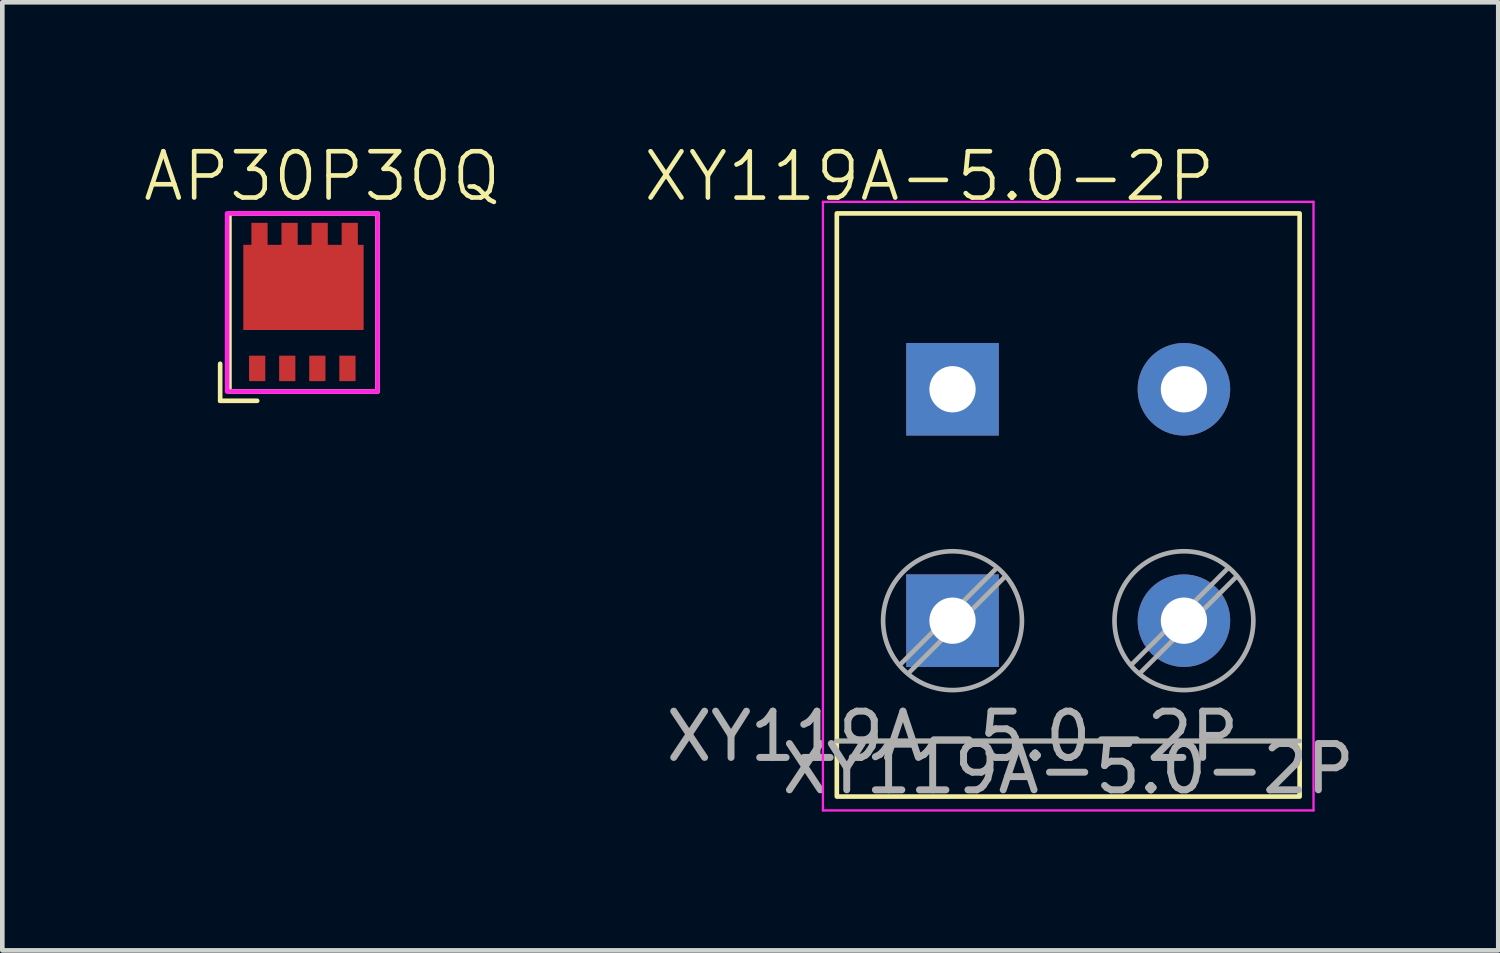
<source format=kicad_pcb>
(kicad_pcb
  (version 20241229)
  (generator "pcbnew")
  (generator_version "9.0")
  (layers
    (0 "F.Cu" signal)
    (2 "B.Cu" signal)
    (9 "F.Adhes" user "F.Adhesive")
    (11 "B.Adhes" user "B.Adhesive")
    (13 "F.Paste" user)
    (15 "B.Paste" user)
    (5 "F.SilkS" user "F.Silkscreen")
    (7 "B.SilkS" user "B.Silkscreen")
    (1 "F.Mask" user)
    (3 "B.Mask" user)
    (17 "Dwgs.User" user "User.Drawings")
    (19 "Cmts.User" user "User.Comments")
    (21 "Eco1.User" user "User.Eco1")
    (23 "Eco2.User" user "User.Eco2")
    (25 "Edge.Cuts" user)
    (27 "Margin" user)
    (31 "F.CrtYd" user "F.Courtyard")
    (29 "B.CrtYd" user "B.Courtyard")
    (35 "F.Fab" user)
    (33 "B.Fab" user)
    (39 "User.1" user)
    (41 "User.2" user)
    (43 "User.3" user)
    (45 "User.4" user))
  (footprint "XY119A-5.0-2P"
    (layer "F.Cu")
    (at 17.531 10.361)
    (property "Reference" "XY119A-5.0-2P" (at -0.5 -9.6 0) (unlocked yes) (layer "F.SilkS") (effects (font (size 1 1) (thickness 0.1))))
    (attr smd)
    (fp_line (start -2.5 2.6) (end 7.5 2.6) (stroke (width 0.1) (type default)) (layer "F.SilkS"))
    (fp_rect (start -2.5 -8.8) (end 7.5 3.8) (stroke (width 0.1) (type default)) (fill no) (layer "F.SilkS"))
    (fp_line (start -2.8 -9.05) (end -2.8 4.1) (stroke (width 0.05) (type solid)) (layer "F.CrtYd"))
    (fp_line (start -2.8 4.1) (end 7.8 4.1) (stroke (width 0.05) (type solid)) (layer "F.CrtYd"))
    (fp_line (start 7.8 -9.05) (end -2.8 -9.05) (stroke (width 0.05) (type solid)) (layer "F.CrtYd"))
    (fp_line (start 7.8 4.1) (end 7.8 -9.05) (stroke (width 0.05) (type solid)) (layer "F.CrtYd"))
    (fp_line (start -2.5 2.6) (end 7.5 2.6) (stroke (width 0.1) (type solid)) (layer "F.Fab"))
    (fp_line (start 0.955 -1.138) (end -1.138 0.955) (stroke (width 0.1) (type solid)) (layer "F.Fab"))
    (fp_line (start 1.138 -0.955) (end -0.955 1.138) (stroke (width 0.1) (type solid)) (layer "F.Fab"))
    (fp_line (start 5.955 -1.138) (end 3.863 0.955) (stroke (width 0.1) (type solid)) (layer "F.Fab"))
    (fp_line (start 6.138 -0.955) (end 4.046 1.138) (stroke (width 0.1) (type solid)) (layer "F.Fab"))
    (fp_circle (center 0.000001 0.000007) (end 1.5 0.000007) (stroke (width 0.1) (type solid)) (fill no) (layer "F.Fab"))
    (fp_circle (center 5 0.000007) (end 6.5 0.000007) (stroke (width 0.1) (type solid)) (fill no) (layer "F.Fab"))
    (fp_text user "${REFERENCE}" (at 2.5 3.2 0) (layer "F.Fab") (effects (font (size 1 1) (thickness 0.15))))
    (fp_text user "${REFERENCE}" (at 0 2.5 0) (unlocked yes) (layer "F.Fab") (effects (font (size 1 1) (thickness 0.15))))
    (pad "1" thru_hole rect (at 0 -5) (size 2 2) (drill 1) (layers "*.Cu" "*.Mask"))
    (pad "1" thru_hole rect (at 0.000001 0.000007) (size 2 2) (drill 1) (layers "*.Cu" "*.Mask"))
    (pad "2" thru_hole circle (at 5 -5) (size 2 2) (drill 1) (layers "*.Cu" "*.Mask"))
    (pad "2" thru_hole circle (at 5 0.000007) (size 2 2) (drill 1) (layers "*.Cu" "*.Mask")))
  (footprint "AP30P30Q"
    (layer "F.Cu")
    (at 2.507 4.66)
    (property "Reference" "AP30P30Q" (at 1.4 -3.9 0) (unlocked yes) (layer "F.SilkS") (effects (font (size 1 1) (thickness 0.1))))
    (attr smd)
    (fp_line (start -0.8 0.15) (end -0.8 0.95) (stroke (width 0.1) (type default)) (layer "F.SilkS"))
    (fp_line (start -0.8 0.95) (end 0 0.95) (stroke (width 0.1) (type default)) (layer "F.SilkS"))
    (fp_rect (start -0.6 -3.1) (end 2.6 0.75) (stroke (width 0.1) (type default)) (fill no) (layer "F.SilkS"))
    (fp_rect (start -0.65 -3.1) (end 2.6 0.75) (stroke (width 0.1) (type default)) (fill no) (layer "F.CrtYd"))
    (pad "1" smd rect (at 0 0.25 90) (size 0.55 0.35) (layers "F.Cu" "F.Mask" "F.Paste"))
    (pad "2" smd rect (at 0.65 0.25 90) (size 0.55 0.35) (layers "F.Cu" "F.Mask" "F.Paste"))
    (pad "3" smd rect (at 1.3 0.25 90) (size 0.55 0.35) (layers "F.Cu" "F.Mask" "F.Paste"))
    (pad "4" smd rect (at 1.95 0.25 90) (size 0.55 0.35) (layers "F.Cu" "F.Mask" "F.Paste"))
    (pad "5" smd rect (at 0.05 -2.62 90) (size 0.55 0.35) (layers "F.Cu" "F.Mask" "F.Paste"))
    (pad "5" smd rect (at 0.7 -2.62 90) (size 0.55 0.35) (layers "F.Cu" "F.Mask" "F.Paste"))
    (pad "5" smd rect (at 1 -1.5 180) (size 2.6 1.84) (layers "F.Cu" "F.Mask" "F.Paste"))
    (pad "5" smd rect (at 1.35 -2.62 90) (size 0.55 0.35) (layers "F.Cu" "F.Mask" "F.Paste"))
    (pad "5" smd rect (at 2 -2.62 90) (size 0.55 0.35) (layers "F.Cu" "F.Mask" "F.Paste")))
  (gr_rect
    (start -3 -3)
    (end 29.323 17.485)
    (stroke (width 0.1) (type default))
    (fill no)
    (layer "Edge.Cuts")))
</source>
